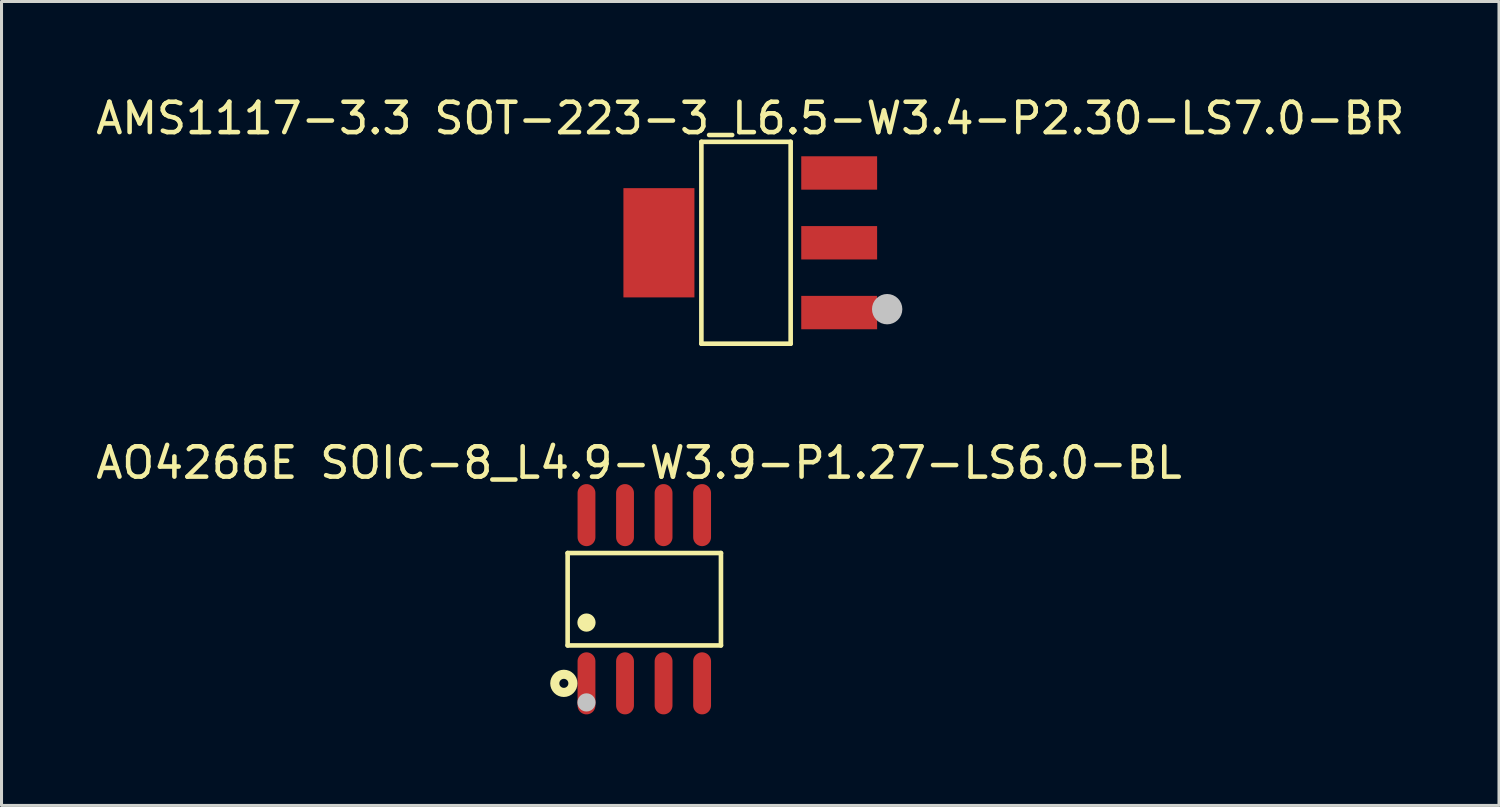
<source format=kicad_pcb>
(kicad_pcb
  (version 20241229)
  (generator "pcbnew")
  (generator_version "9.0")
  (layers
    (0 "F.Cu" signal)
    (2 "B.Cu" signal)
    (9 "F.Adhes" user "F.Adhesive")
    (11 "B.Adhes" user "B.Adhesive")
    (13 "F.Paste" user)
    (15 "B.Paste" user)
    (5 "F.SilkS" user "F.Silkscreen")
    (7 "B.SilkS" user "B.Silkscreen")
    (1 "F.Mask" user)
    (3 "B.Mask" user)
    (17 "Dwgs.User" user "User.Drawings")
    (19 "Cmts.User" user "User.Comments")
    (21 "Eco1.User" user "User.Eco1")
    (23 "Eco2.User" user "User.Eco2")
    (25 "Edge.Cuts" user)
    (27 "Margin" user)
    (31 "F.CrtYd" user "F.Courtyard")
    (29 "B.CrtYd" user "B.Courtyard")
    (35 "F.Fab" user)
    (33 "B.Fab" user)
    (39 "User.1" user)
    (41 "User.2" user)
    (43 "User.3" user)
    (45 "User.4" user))
  (footprint "AMS1117-3.3 SOT-223-3_L6.5-W3.4-P2.30-LS7.0-BR"
    (layer "F.Cu")
    (at 21.633 4.95)
    (property "Reference" "AMS1117-3.3 SOT-223-3_L6.5-W3.4-P2.30-LS7.0-BR" (at 0.04 -4.102 0) (layer "F.SilkS") (effects (font (size 1 1) (thickness 0.15))))
    (fp_line (start -1.571 -3.326) (end 1.371 -3.326) (stroke (width 0.152) (type default)) (layer "F.SilkS"))
    (fp_line (start -1.571 3.326) (end -1.571 -3.326) (stroke (width 0.152) (type default)) (layer "F.SilkS"))
    (fp_line (start 1.371 -3.326) (end 1.371 3.326) (stroke (width 0.152) (type default)) (layer "F.SilkS"))
    (fp_line (start 1.371 3.326) (end -1.571 3.326) (stroke (width 0.152) (type default)) (layer "F.SilkS"))
    (fp_circle (center 4.551 2.188) (end 4.801 2.188) (stroke (width 0.5) (type default)) (fill no) (layer "Dwgs.User"))
    (fp_poly (pts (xy -3.6 1.5) (xy -3.6 -1.5) (xy -2.85 -1.5) (xy -2.85 1.5)) (stroke (width 0.1) (type default)) (fill no) (layer "User.1"))
    (fp_poly (pts (xy -2.86 1.5) (xy -2.86 -1.5) (xy -1.84 -1.5) (xy -1.84 1.5)) (stroke (width 0.1) (type default)) (fill no) (layer "User.1"))
    (fp_poly (pts (xy 1.64 -1.925) (xy 1.64 -2.675) (xy 2.66 -2.675) (xy 2.66 -1.925)) (stroke (width 0.1) (type default)) (fill no) (layer "User.1"))
    (fp_poly (pts (xy 1.64 0.375) (xy 1.64 -0.375) (xy 2.66 -0.375) (xy 2.66 0.375)) (stroke (width 0.1) (type default)) (fill no) (layer "User.1"))
    (fp_poly (pts (xy 1.64 2.675) (xy 1.64 1.925) (xy 2.66 1.925) (xy 2.66 2.675)) (stroke (width 0.1) (type default)) (fill no) (layer "User.1"))
    (fp_poly (pts (xy 2.65 -1.925) (xy 2.65 -2.675) (xy 3.4 -2.675) (xy 3.4 -1.925)) (stroke (width 0.1) (type default)) (fill no) (layer "User.1"))
    (fp_poly (pts (xy 2.65 0.375) (xy 2.65 -0.375) (xy 3.4 -0.375) (xy 3.4 0.375)) (stroke (width 0.1) (type default)) (fill no) (layer "User.1"))
    (fp_poly (pts (xy 2.65 2.675) (xy 2.65 1.925) (xy 3.4 1.925) (xy 3.4 2.675)) (stroke (width 0.1) (type default)) (fill no) (layer "User.1"))
    (fp_line (start -1.85 -3.25) (end 1.65 -3.25) (stroke (width 0.051) (type default)) (layer "User.2"))
    (fp_line (start -1.85 3.25) (end -1.85 -3.25) (stroke (width 0.051) (type default)) (layer "User.2"))
    (fp_line (start 1.65 -3.25) (end 1.65 3.25) (stroke (width 0.051) (type default)) (layer "User.2"))
    (fp_line (start 1.65 3.25) (end -1.85 3.25) (stroke (width 0.051) (type default)) (layer "User.2"))
    (fp_poly (pts (xy 3.46 3.25) (xy 3.442 3.208) (xy 3.4 3.19) (xy 3.358 3.208) (xy 3.34 3.25) (xy 3.358 3.292) (xy 3.4 3.31) (xy 3.442 3.292)) (stroke (width 0.1) (type default)) (fill no) (layer "User.3"))
    (pad "1" smd rect (at 2.97 2.3) (size 2.5 1.1) (layers "F.Cu" "F.Mask" "F.Paste"))
    (pad "2" smd rect (at 2.97 0) (size 2.5 1.1) (layers "F.Cu" "F.Mask" "F.Paste"))
    (pad "3" smd rect (at 2.97 -2.3) (size 2.5 1.1) (layers "F.Cu" "F.Mask" "F.Paste"))
    (pad "4" smd rect (at -2.97 0) (size 2.34 3.6) (layers "F.Cu" "F.Mask" "F.Paste")))
  (footprint "AO4266E SOIC-8_L4.9-W3.9-P1.27-LS6.0-BL"
    (layer "F.Cu")
    (at 18.181 16.696)
    (property "Reference" "AO4266E SOIC-8_L4.9-W3.9-P1.27-LS6.0-BL" (at -0.175 -4.495 0) (unlocked yes) (layer "F.SilkS") (effects (font (size 1 1) (thickness 0.15))))
    (fp_line (start -2.526 -1.522) (end 2.526 -1.522) (stroke (width 0.152) (type default)) (layer "F.SilkS"))
    (fp_line (start -2.526 1.522) (end -2.526 -1.522) (stroke (width 0.152) (type default)) (layer "F.SilkS"))
    (fp_line (start 2.526 -1.522) (end 2.526 1.522) (stroke (width 0.152) (type default)) (layer "F.SilkS"))
    (fp_line (start 2.526 1.522) (end -2.526 1.522) (stroke (width 0.152) (type default)) (layer "F.SilkS"))
    (fp_circle (center -2.651 2.772) (end -2.502 2.772) (stroke (width 0.3) (type default)) (fill no) (layer "F.SilkS"))
    (fp_circle (center -1.905 0.769) (end -1.755 0.769) (stroke (width 0.3) (type default)) (fill no) (layer "F.SilkS"))
    (fp_circle (center -1.905 3.4) (end -1.755 3.4) (stroke (width 0.3) (type default)) (fill no) (layer "Dwgs.User"))
    (fp_poly (pts (xy -2.115 -3) (xy -2.115 -2.165) (xy -1.695 -2.165) (xy -1.695 -3)) (stroke (width 0.1) (type default)) (fill no) (layer "User.1"))
    (fp_poly (pts (xy -2.115 -2.175) (xy -2.115 -1.94) (xy -1.695 -1.94) (xy -1.695 -2.175)) (stroke (width 0.1) (type default)) (fill no) (layer "User.1"))
    (fp_poly (pts (xy -2.115 2.175) (xy -2.115 1.94) (xy -1.695 1.94) (xy -1.695 2.175)) (stroke (width 0.1) (type default)) (fill no) (layer "User.1"))
    (fp_poly (pts (xy -2.115 3) (xy -2.115 2.165) (xy -1.695 2.165) (xy -1.695 3)) (stroke (width 0.1) (type default)) (fill no) (layer "User.1"))
    (fp_poly (pts (xy -0.845 -3) (xy -0.845 -2.165) (xy -0.425 -2.165) (xy -0.425 -3)) (stroke (width 0.1) (type default)) (fill no) (layer "User.1"))
    (fp_poly (pts (xy -0.845 -2.175) (xy -0.845 -1.94) (xy -0.425 -1.94) (xy -0.425 -2.175)) (stroke (width 0.1) (type default)) (fill no) (layer "User.1"))
    (fp_poly (pts (xy -0.845 2.175) (xy -0.845 1.94) (xy -0.425 1.94) (xy -0.425 2.175)) (stroke (width 0.1) (type default)) (fill no) (layer "User.1"))
    (fp_poly (pts (xy -0.845 3) (xy -0.845 2.165) (xy -0.425 2.165) (xy -0.425 3)) (stroke (width 0.1) (type default)) (fill no) (layer "User.1"))
    (fp_poly (pts (xy 0.425 -3) (xy 0.425 -2.165) (xy 0.845 -2.165) (xy 0.845 -3)) (stroke (width 0.1) (type default)) (fill no) (layer "User.1"))
    (fp_poly (pts (xy 0.425 -2.175) (xy 0.425 -1.94) (xy 0.845 -1.94) (xy 0.845 -2.175)) (stroke (width 0.1) (type default)) (fill no) (layer "User.1"))
    (fp_poly (pts (xy 0.425 2.175) (xy 0.425 1.94) (xy 0.845 1.94) (xy 0.845 2.175)) (stroke (width 0.1) (type default)) (fill no) (layer "User.1"))
    (fp_poly (pts (xy 0.425 3) (xy 0.425 2.165) (xy 0.845 2.165) (xy 0.845 3)) (stroke (width 0.1) (type default)) (fill no) (layer "User.1"))
    (fp_poly (pts (xy 1.695 -3) (xy 1.695 -2.165) (xy 2.115 -2.165) (xy 2.115 -3)) (stroke (width 0.1) (type default)) (fill no) (layer "User.1"))
    (fp_poly (pts (xy 1.695 -2.175) (xy 1.695 -1.94) (xy 2.115 -1.94) (xy 2.115 -2.175)) (stroke (width 0.1) (type default)) (fill no) (layer "User.1"))
    (fp_poly (pts (xy 1.695 2.175) (xy 1.695 1.94) (xy 2.115 1.94) (xy 2.115 2.175)) (stroke (width 0.1) (type default)) (fill no) (layer "User.1"))
    (fp_poly (pts (xy 1.695 3) (xy 1.695 2.165) (xy 2.115 2.165) (xy 2.115 3)) (stroke (width 0.1) (type default)) (fill no) (layer "User.1"))
    (fp_line (start -2.45 -1.95) (end 2.45 -1.95) (stroke (width 0.051) (type default)) (layer "User.2"))
    (fp_line (start -2.45 1.95) (end -2.45 -1.95) (stroke (width 0.051) (type default)) (layer "User.2"))
    (fp_line (start 2.45 -1.95) (end 2.45 1.95) (stroke (width 0.051) (type default)) (layer "User.2"))
    (fp_line (start 2.45 1.95) (end -2.45 1.95) (stroke (width 0.051) (type default)) (layer "User.2"))
    (fp_poly (pts (xy -2.39 3) (xy -2.408 2.958) (xy -2.45 2.94) (xy -2.492 2.958) (xy -2.51 3) (xy -2.492 3.042) (xy -2.45 3.06) (xy -2.408 3.042)) (stroke (width 0.1) (type default)) (fill no) (layer "User.3"))
    (pad "1" smd oval (at -1.905 2.772) (size 0.588 2.045) (layers "F.Cu" "F.Mask" "F.Paste"))
    (pad "2" smd oval (at -0.635 2.772) (size 0.588 2.045) (layers "F.Cu" "F.Mask" "F.Paste"))
    (pad "3" smd oval (at 0.635 2.772) (size 0.588 2.045) (layers "F.Cu" "F.Mask" "F.Paste"))
    (pad "4" smd oval (at 1.905 2.772) (size 0.588 2.045) (layers "F.Cu" "F.Mask" "F.Paste"))
    (pad "5" smd oval (at 1.905 -2.772) (size 0.588 2.045) (layers "F.Cu" "F.Mask" "F.Paste"))
    (pad "6" smd oval (at 0.635 -2.772) (size 0.588 2.045) (layers "F.Cu" "F.Mask" "F.Paste"))
    (pad "7" smd oval (at -0.635 -2.772) (size 0.588 2.045) (layers "F.Cu" "F.Mask" "F.Paste"))
    (pad "8" smd oval (at -1.905 -2.772) (size 0.588 2.045) (layers "F.Cu" "F.Mask" "F.Paste")))
  (gr_rect
    (start -3 -3)
    (end 46.345 23.491)
    (stroke (width 0.1) (type default))
    (fill no)
    (layer "Edge.Cuts")))
</source>
